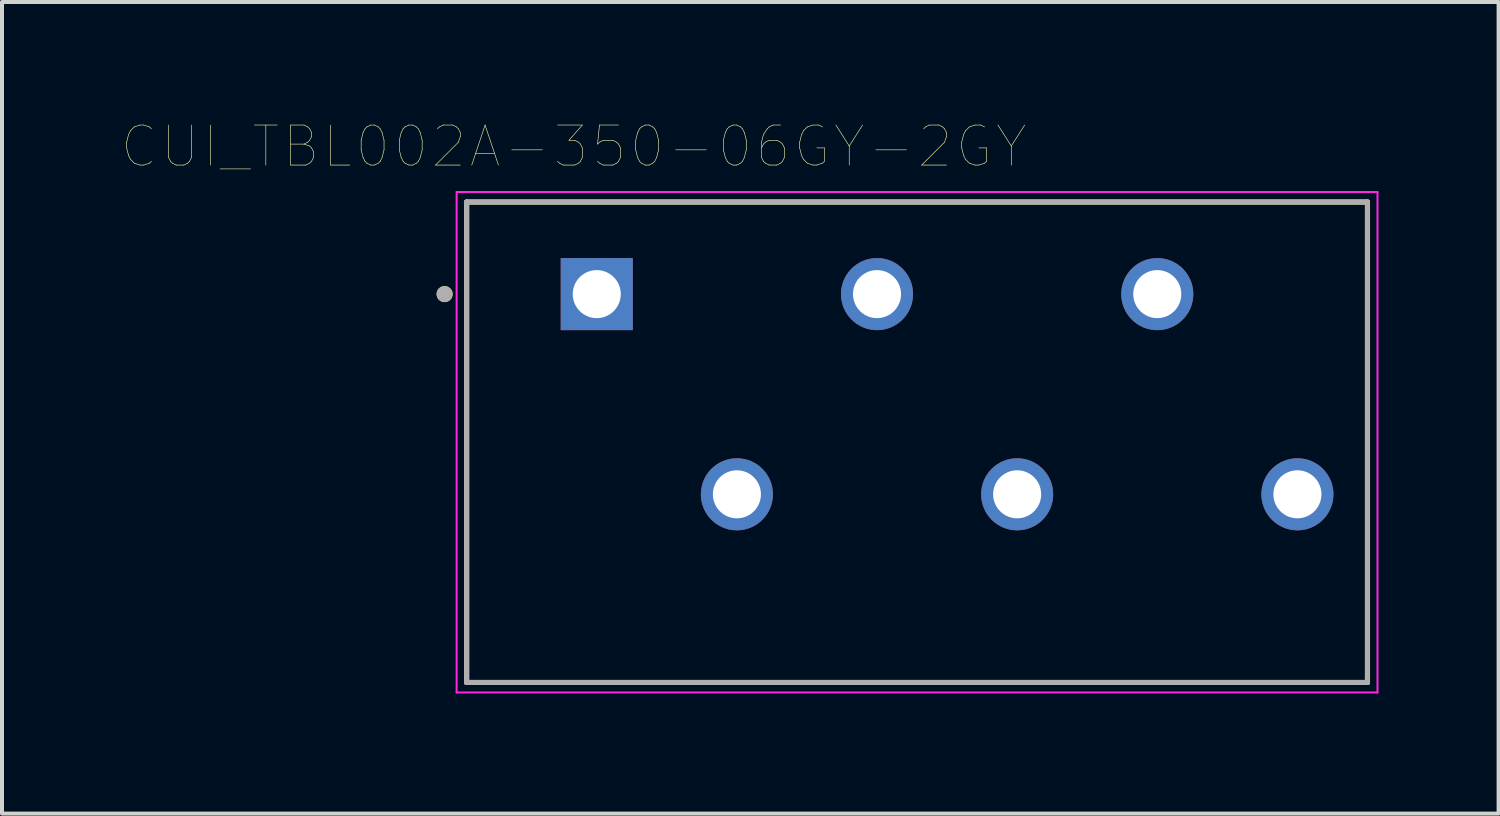
<source format=kicad_pcb>
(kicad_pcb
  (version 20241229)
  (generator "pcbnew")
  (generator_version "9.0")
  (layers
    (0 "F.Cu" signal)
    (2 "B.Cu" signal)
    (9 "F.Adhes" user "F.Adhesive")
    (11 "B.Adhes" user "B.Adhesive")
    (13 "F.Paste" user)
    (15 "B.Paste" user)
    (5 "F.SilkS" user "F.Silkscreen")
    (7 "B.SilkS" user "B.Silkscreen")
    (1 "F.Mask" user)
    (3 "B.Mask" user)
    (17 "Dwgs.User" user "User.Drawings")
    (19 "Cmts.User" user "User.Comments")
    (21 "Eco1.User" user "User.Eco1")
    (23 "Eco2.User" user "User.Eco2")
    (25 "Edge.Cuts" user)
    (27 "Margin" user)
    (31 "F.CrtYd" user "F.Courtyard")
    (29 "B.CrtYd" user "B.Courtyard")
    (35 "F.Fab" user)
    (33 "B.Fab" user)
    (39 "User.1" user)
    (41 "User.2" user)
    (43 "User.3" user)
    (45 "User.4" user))
  (footprint "CUI_TBL002A-350-06GY-2GY"
    (layer "F.Cu")
    (at 11.855 4.296)
    (property "Reference" "CUI_TBL002A-350-06GY-2GY" (at -0.575 -3.685 0) (layer "F.SilkS") (effects (font (size 1 1) (thickness 0.015))))
    (attr through_hole)
    (fp_line (start -3.25 -2.3) (end 19.25 -2.3) (stroke (width 0.127) (type solid)) (layer "F.SilkS"))
    (fp_line (start -3.25 9.7) (end -3.25 -2.3) (stroke (width 0.127) (type solid)) (layer "F.SilkS"))
    (fp_line (start 19.25 -2.3) (end 19.25 9.7) (stroke (width 0.127) (type solid)) (layer "F.SilkS"))
    (fp_line (start 19.25 9.7) (end -3.25 9.7) (stroke (width 0.127) (type solid)) (layer "F.SilkS"))
    (fp_circle (center -3.8 0) (end -3.7 0) (stroke (width 0.2) (type solid)) (fill no) (layer "F.SilkS"))
    (fp_line (start -3.5 -2.55) (end 19.5 -2.55) (stroke (width 0.05) (type solid)) (layer "F.CrtYd"))
    (fp_line (start -3.5 9.95) (end -3.5 -2.55) (stroke (width 0.05) (type solid)) (layer "F.CrtYd"))
    (fp_line (start 19.5 -2.55) (end 19.5 9.95) (stroke (width 0.05) (type solid)) (layer "F.CrtYd"))
    (fp_line (start 19.5 9.95) (end -3.5 9.95) (stroke (width 0.05) (type solid)) (layer "F.CrtYd"))
    (fp_line (start -3.25 -2.3) (end 19.25 -2.3) (stroke (width 0.127) (type solid)) (layer "F.Fab"))
    (fp_line (start -3.25 9.7) (end -3.25 -2.3) (stroke (width 0.127) (type solid)) (layer "F.Fab"))
    (fp_line (start 19.25 -2.3) (end 19.25 9.7) (stroke (width 0.127) (type solid)) (layer "F.Fab"))
    (fp_line (start 19.25 9.7) (end -3.25 9.7) (stroke (width 0.127) (type solid)) (layer "F.Fab"))
    (fp_circle (center -3.8 0) (end -3.7 0) (stroke (width 0.2) (type solid)) (fill no) (layer "F.Fab"))
    (pad "1" thru_hole rect (at 0 0) (size 1.8 1.8) (drill 1.2) (layers "*.Cu" "*.Mask"))
    (pad "2" thru_hole circle (at 3.5 5) (size 1.8 1.8) (drill 1.2) (layers "*.Cu" "*.Mask"))
    (pad "3" thru_hole circle (at 7 0) (size 1.8 1.8) (drill 1.2) (layers "*.Cu" "*.Mask"))
    (pad "4" thru_hole circle (at 10.5 5) (size 1.8 1.8) (drill 1.2) (layers "*.Cu" "*.Mask"))
    (pad "5" thru_hole circle (at 14 0) (size 1.8 1.8) (drill 1.2) (layers "*.Cu" "*.Mask"))
    (pad "6" thru_hole circle (at 17.5 5) (size 1.8 1.8) (drill 1.2) (layers "*.Cu" "*.Mask")))
  (gr_rect
    (start -3 -3)
    (end 34.38 17.271)
    (stroke (width 0.1) (type default))
    (fill no)
    (layer "Edge.Cuts")))
</source>
